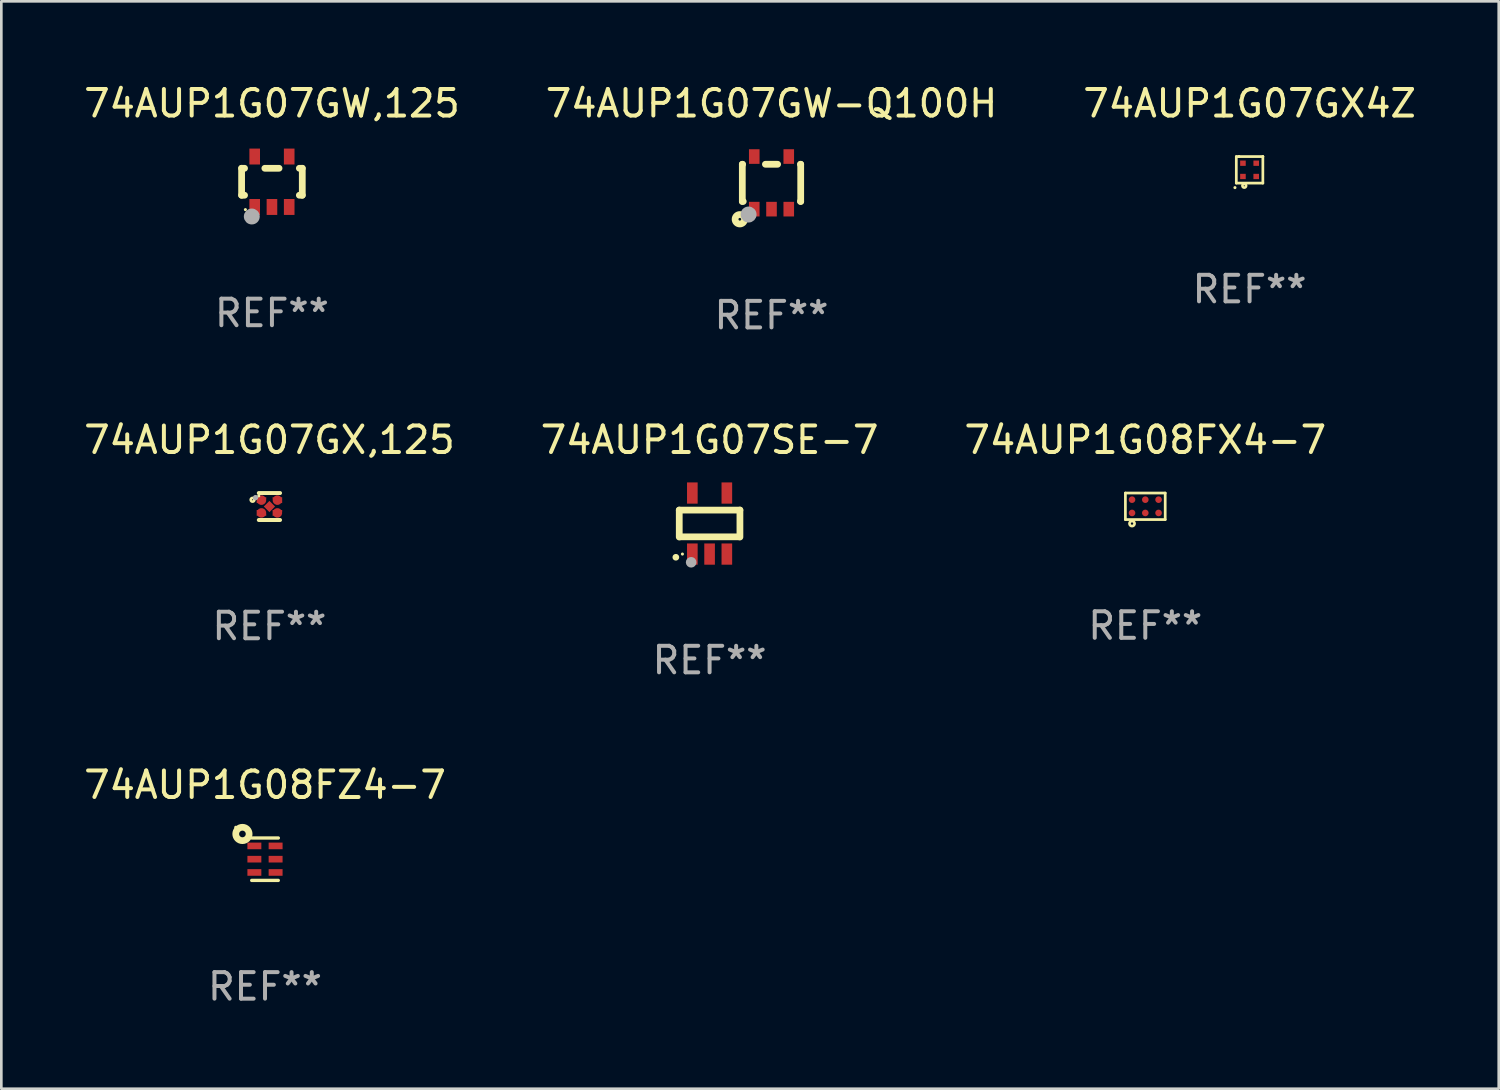
<source format=kicad_pcb>
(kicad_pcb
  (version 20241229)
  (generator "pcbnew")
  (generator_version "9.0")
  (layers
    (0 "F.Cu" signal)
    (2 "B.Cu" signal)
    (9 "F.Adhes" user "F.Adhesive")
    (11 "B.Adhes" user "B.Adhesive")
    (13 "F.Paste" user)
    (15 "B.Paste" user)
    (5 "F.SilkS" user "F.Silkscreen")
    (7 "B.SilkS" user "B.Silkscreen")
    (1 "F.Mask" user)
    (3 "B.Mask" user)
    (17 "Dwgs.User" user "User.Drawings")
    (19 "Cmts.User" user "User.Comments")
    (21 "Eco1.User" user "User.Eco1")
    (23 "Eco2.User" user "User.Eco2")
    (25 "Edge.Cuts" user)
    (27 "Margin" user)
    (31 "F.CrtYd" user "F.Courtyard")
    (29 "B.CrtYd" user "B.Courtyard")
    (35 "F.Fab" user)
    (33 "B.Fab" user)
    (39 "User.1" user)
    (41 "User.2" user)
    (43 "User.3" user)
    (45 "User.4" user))
  (footprint "74AUP1G08FX4-7"
    (layer "F.Cu")
    (at 40.101 16.026)
    (property "Reference" "74AUP1G08FX4-7" (at 0 -2.5 0) (layer "F.SilkS") (effects (font (size 1 1) (thickness 0.15))))
    (attr through_hole)
    (fp_line (start -0.75 -0.5) (end 0.75 -0.5) (stroke (width 0.102) (type solid)) (layer "F.SilkS"))
    (fp_line (start -0.75 0.5) (end -0.75 -0.5) (stroke (width 0.102) (type solid)) (layer "F.SilkS"))
    (fp_line (start -0.75 0.5) (end 0.75 0.5) (stroke (width 0.102) (type solid)) (layer "F.SilkS"))
    (fp_line (start 0.75 -0.5) (end 0.75 0.5) (stroke (width 0.102) (type solid)) (layer "F.SilkS"))
    (fp_circle (center -0.5 0.65) (end -0.455 0.65) (stroke (width 0.102) (type solid)) (fill no) (layer "F.SilkS"))
    (fp_text user "REF**" (at 0 4.5 0) (layer "F.Fab") (effects (font (size 1 1) (thickness 0.15))))
    (pad "1" smd circle (at -0.5 0.25) (size 0.25 0.25) (layers "F.Cu" "F.Mask" "F.Paste"))
    (pad "2" smd circle (at 0 0.25) (size 0.25 0.25) (layers "F.Cu" "F.Mask" "F.Paste"))
    (pad "3" smd circle (at 0.5 0.25) (size 0.25 0.25) (layers "F.Cu" "F.Mask" "F.Paste"))
    (pad "4" smd circle (at 0.5 -0.25) (size 0.25 0.25) (layers "F.Cu" "F.Mask" "F.Paste"))
    (pad "5" smd circle (at 0 -0.25) (size 0.25 0.25) (layers "F.Cu" "F.Mask" "F.Paste"))
    (pad "6" smd circle (at -0.5 -0.25) (size 0.25 0.25) (layers "F.Cu" "F.Mask" "F.Paste")))
  (footprint "74AUP1G08FZ4-7"
    (layer "F.Cu")
    (at 6.935 29.322)
    (property "Reference" "74AUP1G08FZ4-7" (at 0 -2.799 0) (layer "F.SilkS") (effects (font (size 1 1) (thickness 0.15))))
    (attr through_hole)
    (fp_line (start -0.501 0.799) (end 0.499 0.799) (stroke (width 0.127) (type solid)) (layer "F.SilkS"))
    (fp_line (start -0.499 -0.799) (end 0.501 -0.799) (stroke (width 0.127) (type solid)) (layer "F.SilkS"))
    (fp_circle (center -1.103 -1.203) (end -1.073 -1.203) (stroke (width 0.06) (type solid)) (fill no) (layer "F.SilkS"))
    (fp_circle (center -0.851 -0.951) (end -0.726 -0.951) (stroke (width 0.254) (type solid)) (fill no) (layer "F.SilkS"))
    (fp_text user "REF**" (at 0 4.799 0) (layer "F.Fab") (effects (font (size 1 1) (thickness 0.15))))
    (pad "1" smd rect (at -0.401 -0.501 90) (size 0.25 0.525) (layers "F.Cu" "F.Mask" "F.Paste"))
    (pad "2" smd rect (at -0.401 -0.001 90) (size 0.25 0.525) (layers "F.Cu" "F.Mask" "F.Paste"))
    (pad "3" smd rect (at -0.401 0.499 90) (size 0.25 0.525) (layers "F.Cu" "F.Mask" "F.Paste"))
    (pad "4" smd rect (at 0.399 0.499 90) (size 0.25 0.525) (layers "F.Cu" "F.Mask" "F.Paste"))
    (pad "5" smd rect (at 0.399 -0.001 90) (size 0.25 0.525) (layers "F.Cu" "F.Mask" "F.Paste"))
    (pad "6" smd rect (at 0.399 -0.501 90) (size 0.25 0.525) (layers "F.Cu" "F.Mask" "F.Paste")))
  (footprint "74AUP1G07GX4Z"
    (layer "F.Cu")
    (at 44.03 3.349)
    (property "Reference" "74AUP1G07GX4Z" (at 0 -2.5 0) (layer "F.SilkS") (effects (font (size 1 1) (thickness 0.15))))
    (attr through_hole)
    (fp_line (start -0.5 -0.5) (end -0.399 -0.5) (stroke (width 0.102) (type solid)) (layer "F.SilkS"))
    (fp_line (start -0.5 0.5) (end -0.5 -0.5) (stroke (width 0.102) (type solid)) (layer "F.SilkS"))
    (fp_line (start -0.399 -0.5) (end -0.399 -0.5) (stroke (width 0.102) (type solid)) (layer "F.SilkS"))
    (fp_line (start -0.399 -0.5) (end 0.5 -0.5) (stroke (width 0.102) (type solid)) (layer "F.SilkS"))
    (fp_line (start 0.5 -0.5) (end 0.5 -0.5) (stroke (width 0.102) (type solid)) (layer "F.SilkS"))
    (fp_line (start 0.5 -0.5) (end 0.5 0.5) (stroke (width 0.102) (type solid)) (layer "F.SilkS"))
    (fp_line (start 0.5 0.5) (end -0.5 0.5) (stroke (width 0.102) (type solid)) (layer "F.SilkS"))
    (fp_circle (center -0.551 0.67) (end -0.521 0.67) (stroke (width 0.06) (type solid)) (fill no) (layer "F.SilkS"))
    (fp_circle (center -0.2 0.6) (end -0.18 0.6) (stroke (width 0.1) (type solid)) (fill no) (layer "F.SilkS"))
    (fp_text user "REF**" (at 0 4.5 0) (layer "F.Fab") (effects (font (size 1 1) (thickness 0.15))))
    (pad "1" smd rect (at -0.25 0.25 90) (size 0.2 0.21) (layers "F.Cu" "F.Mask" "F.Paste"))
    (pad "2" smd rect (at 0.25 0.25 90) (size 0.2 0.21) (layers "F.Cu" "F.Mask" "F.Paste"))
    (pad "3" smd rect (at 0.25 -0.25 90) (size 0.2 0.21) (layers "F.Cu" "F.Mask" "F.Paste"))
    (pad "4" smd rect (at -0.25 -0.25 90) (size 0.2 0.21) (layers "F.Cu" "F.Mask" "F.Paste")))
  (footprint "74AUP1G07GX,125"
    (layer "F.Cu")
    (at 7.101 16.034)
    (property "Reference" "74AUP1G07GX,125" (at 0 -2.508 0) (layer "F.SilkS") (effects (font (size 1 1) (thickness 0.15))))
    (attr through_hole)
    (fp_line (start 0.4 -0.508) (end -0.4 -0.508) (stroke (width 0.15) (type solid)) (layer "F.SilkS"))
    (fp_line (start 0.4 0.508) (end -0.4 0.508) (stroke (width 0.15) (type solid)) (layer "F.SilkS"))
    (fp_circle (center -0.635 -0.254) (end -0.615 -0.254) (stroke (width 0.1) (type solid)) (fill no) (layer "F.SilkS"))
    (fp_circle (center -0.401 -0.4) (end -0.371 -0.4) (stroke (width 0.06) (type solid)) (fill no) (layer "F.SilkS"))
    (fp_circle (center -0.523 -0.337) (end -0.473 -0.337) (stroke (width 0.1) (type solid)) (fill no) (layer "F.Fab"))
    (fp_text user "REF**" (at 0 4.508 0) (layer "F.Fab") (effects (font (size 1 1) (thickness 0.15))))
    (pad "1" smd custom (at -0.3 -0.24) (size 0.36 0.22) (layers "F.Cu" "F.Mask" "F.Paste") (options (anchor circle)) (primitives (gr_poly (pts (xy -0.18 -0.11) (xy -0.18 0.11) (xy 0.000127 0.11) (xy 0.18 -0.03) (xy 0.18 -0.11) (xy -0.18 -0.11)) (width 0) (fill yes))))
    (pad "2" smd custom (at -0.3 0.24) (size 0.36 0.22) (layers "F.Cu" "F.Mask" "F.Paste") (options (anchor circle)) (primitives (gr_poly (pts (xy -0.18 0.11) (xy -0.18 -0.11) (xy 0.000127 -0.11) (xy 0.18 0.03) (xy 0.18 0.11) (xy -0.18 0.11)) (width 0) (fill yes))))
    (pad "3" smd rect (at 0.000102 -0.000127 45) (size 0.3 0.3) (layers "F.Cu" "F.Mask" "F.Paste"))
    (pad "4" smd custom (at 0.3 0.24 180) (size 0.36 0.22) (layers "F.Cu" "F.Mask" "F.Paste") (options (anchor circle)) (primitives (gr_poly (pts (xy 0.18 0.11) (xy 0.18 -0.11) (xy -0.000178 -0.11) (xy -0.18 0.03) (xy -0.18 0.11) (xy 0.18 0.11)) (width 0) (fill yes))))
    (pad "5" smd custom (at 0.3 -0.24) (size 0.36 0.22) (layers "F.Cu" "F.Mask" "F.Paste") (options (anchor circle)) (primitives (gr_poly (pts (xy 0.18 -0.11) (xy 0.18 0.11) (xy -0.000152 0.11) (xy -0.18 -0.03) (xy -0.18 -0.11) (xy 0.18 -0.11)) (width 0) (fill yes)))))
  (footprint "74AUP1G07GW-Q100H"
    (layer "F.Cu")
    (at 26.018 3.839)
    (property "Reference" "74AUP1G07GW-Q100H" (at 0 -2.991 0) (layer "F.SilkS") (effects (font (size 1 1) (thickness 0.15))))
    (attr through_hole)
    (fp_line (start -1.1 -0.7) (end -1.1 0.7) (stroke (width 0.254) (type solid)) (layer "F.SilkS"))
    (fp_line (start -1.1 -0.7) (end -1.09 -0.7) (stroke (width 0.254) (type solid)) (layer "F.SilkS"))
    (fp_line (start -1.1 0.7) (end -1.065 0.7) (stroke (width 0.254) (type solid)) (layer "F.SilkS"))
    (fp_line (start -0.23 -0.7) (end 0.23 -0.7) (stroke (width 0.254) (type solid)) (layer "F.SilkS"))
    (fp_line (start 1.09 -0.7) (end 1.1 -0.7) (stroke (width 0.254) (type solid)) (layer "F.SilkS"))
    (fp_line (start 1.09 0.7) (end 1.1 0.7) (stroke (width 0.254) (type solid)) (layer "F.SilkS"))
    (fp_line (start 1.1 -0.7) (end 1.1 0.7) (stroke (width 0.254) (type solid)) (layer "F.SilkS"))
    (fp_circle (center -1.194 1.372) (end -1.143 1.372) (stroke (width 0.254) (type solid)) (fill no) (layer "F.SilkS"))
    (fp_circle (center -1.05 1.063) (end -1.02 1.063) (stroke (width 0.06) (type solid)) (fill no) (layer "F.SilkS"))
    (fp_circle (center -0.864 1.194) (end -0.713 1.194) (stroke (width 0.3) (type solid)) (fill no) (layer "F.Fab"))
    (fp_text user "REF**" (at 0 4.991 0) (layer "F.Fab") (effects (font (size 1 1) (thickness 0.15))))
    (pad "1" smd rect (at -0.65 0.991 180) (size 0.399 0.551) (layers "F.Cu" "F.Mask" "F.Paste"))
    (pad "2" smd rect (at 0 0.991 180) (size 0.399 0.551) (layers "F.Cu" "F.Mask" "F.Paste"))
    (pad "3" smd rect (at 0.65 0.991 180) (size 0.399 0.551) (layers "F.Cu" "F.Mask" "F.Paste"))
    (pad "4" smd rect (at 0.65 -0.991 180) (size 0.399 0.551) (layers "F.Cu" "F.Mask" "F.Paste"))
    (pad "5" smd rect (at -0.65 -0.991 180) (size 0.399 0.551) (layers "F.Cu" "F.Mask" "F.Paste")))
  (footprint "74AUP1G07SE-7"
    (layer "F.Cu")
    (at 23.685 16.676)
    (property "Reference" "74AUP1G07SE-7" (at 0 -3.15 0) (layer "F.SilkS") (effects (font (size 1 1) (thickness 0.15))))
    (attr through_hole)
    (fp_line (start -1.143 -0.508) (end -1.143 0.508) (stroke (width 0.254) (type solid)) (layer "F.SilkS"))
    (fp_line (start -1.1 0.5) (end 1.1 0.5) (stroke (width 0.254) (type solid)) (layer "F.SilkS"))
    (fp_line (start 1.143 -0.508) (end -1.143 -0.508) (stroke (width 0.254) (type solid)) (layer "F.SilkS"))
    (fp_line (start 1.143 0.508) (end 1.143 -0.508) (stroke (width 0.254) (type solid)) (layer "F.SilkS"))
    (fp_arc (start -1.272543 1.26999) (mid -1.271273 1.269983) (end -1.270003 1.26999) (stroke (width 0.24892) (type solid)) (layer "F.SilkS"))
    (fp_circle (center -1.024 1.149) (end -0.994 1.149) (stroke (width 0.06) (type solid)) (fill no) (layer "F.SilkS"))
    (fp_circle (center -0.695 1.459) (end -0.595 1.459) (stroke (width 0.2) (type solid)) (fill no) (layer "F.Fab"))
    (fp_text user "REF**" (at 0 5.15 0) (layer "F.Fab") (effects (font (size 1 1) (thickness 0.15))))
    (pad "1" smd rect (at -0.65 1.15) (size 0.4 0.8) (layers "F.Cu" "F.Mask" "F.Paste"))
    (pad "2" smd rect (at 0 1.15) (size 0.4 0.8) (layers "F.Cu" "F.Mask" "F.Paste"))
    (pad "3" smd rect (at 0.65 1.15) (size 0.4 0.8) (layers "F.Cu" "F.Mask" "F.Paste"))
    (pad "4" smd rect (at 0.65 -1.15) (size 0.4 0.8) (layers "F.Cu" "F.Mask" "F.Paste"))
    (pad "5" smd rect (at -0.65 -1.15) (size 0.4 0.8) (layers "F.Cu" "F.Mask" "F.Paste")))
  (footprint "74AUP1G07GW,125"
    (layer "F.Cu")
    (at 7.196 3.798)
    (property "Reference" "74AUP1G07GW,125" (at 0 -2.95 0) (layer "F.SilkS") (effects (font (size 1 1) (thickness 0.15))))
    (attr through_hole)
    (fp_line (start -1.143 -0.508) (end -1.032 -0.508) (stroke (width 0.254) (type solid)) (layer "F.SilkS"))
    (fp_line (start -1.143 0.508) (end -1.143 -0.508) (stroke (width 0.254) (type solid)) (layer "F.SilkS"))
    (fp_line (start -1.032 0.508) (end -1.143 0.508) (stroke (width 0.254) (type solid)) (layer "F.SilkS"))
    (fp_line (start -0.268 -0.508) (end 0.268 -0.508) (stroke (width 0.254) (type solid)) (layer "F.SilkS"))
    (fp_line (start 1.032 -0.508) (end 1.143 -0.508) (stroke (width 0.254) (type solid)) (layer "F.SilkS"))
    (fp_line (start 1.143 -0.508) (end 1.143 0.508) (stroke (width 0.254) (type solid)) (layer "F.SilkS"))
    (fp_line (start 1.143 0.508) (end 1.032 0.508) (stroke (width 0.254) (type solid)) (layer "F.SilkS"))
    (fp_circle (center -1 1.05) (end -0.97 1.05) (stroke (width 0.06) (type solid)) (fill no) (layer "F.SilkS"))
    (fp_circle (center -0.759 1.309) (end -0.609 1.309) (stroke (width 0.3) (type solid)) (fill no) (layer "F.Fab"))
    (fp_text user "REF**" (at 0 4.95 0) (layer "F.Fab") (effects (font (size 1 1) (thickness 0.15))))
    (pad "1" smd rect (at -0.65 0.95 180) (size 0.4 0.6) (layers "F.Cu" "F.Mask" "F.Paste"))
    (pad "2" smd rect (at 0 0.95 180) (size 0.4 0.6) (layers "F.Cu" "F.Mask" "F.Paste"))
    (pad "3" smd rect (at 0.65 0.95 180) (size 0.4 0.6) (layers "F.Cu" "F.Mask" "F.Paste"))
    (pad "4" smd rect (at 0.65 -0.95 180) (size 0.4 0.6) (layers "F.Cu" "F.Mask" "F.Paste"))
    (pad "5" smd rect (at -0.65 -0.95 180) (size 0.4 0.6) (layers "F.Cu" "F.Mask" "F.Paste")))
  (gr_rect
    (start -3 -3)
    (end 53.417 37.969)
    (stroke (width 0.1) (type default))
    (fill no)
    (layer "Edge.Cuts")))
</source>
